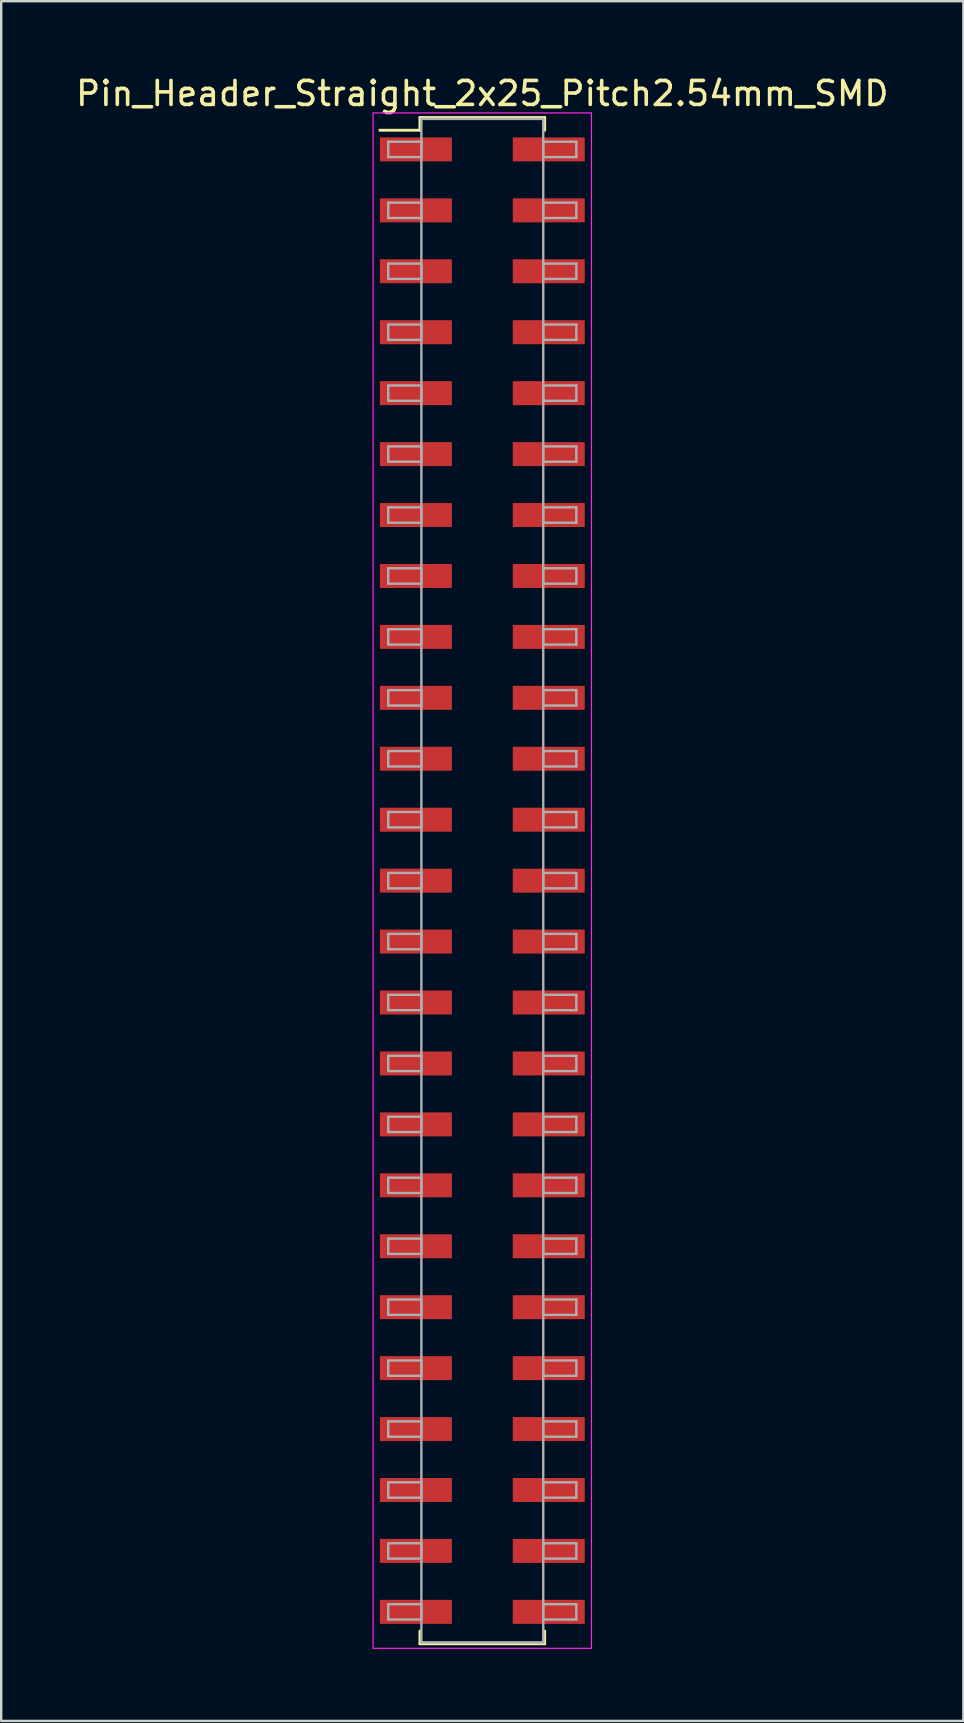
<source format=kicad_pcb>
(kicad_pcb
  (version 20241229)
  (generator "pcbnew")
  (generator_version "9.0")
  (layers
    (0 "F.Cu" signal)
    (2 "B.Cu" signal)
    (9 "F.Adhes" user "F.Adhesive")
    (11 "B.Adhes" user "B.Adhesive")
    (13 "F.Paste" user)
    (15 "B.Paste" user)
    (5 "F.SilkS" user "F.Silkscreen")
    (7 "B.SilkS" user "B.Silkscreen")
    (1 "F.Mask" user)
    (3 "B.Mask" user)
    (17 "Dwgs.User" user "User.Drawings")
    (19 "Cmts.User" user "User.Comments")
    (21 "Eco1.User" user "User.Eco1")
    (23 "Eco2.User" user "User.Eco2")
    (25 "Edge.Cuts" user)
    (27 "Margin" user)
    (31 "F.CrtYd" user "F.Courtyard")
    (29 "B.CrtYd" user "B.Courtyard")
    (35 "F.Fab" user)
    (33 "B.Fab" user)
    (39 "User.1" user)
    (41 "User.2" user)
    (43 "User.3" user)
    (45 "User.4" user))
  (footprint "Pin_Header_Straight_2x25_Pitch2.54mm_SMD"
    (layer "F.Cu")
    (at 17.054 33.658)
    (property "Reference" "Pin_Header_Straight_2x25_Pitch2.54mm_SMD" (at 0 -32.81 0) (layer "F.SilkS") (effects (font (size 1 1) (thickness 0.15))))
    (attr smd)
    (fp_line (start -4.27 -31.28) (end -2.6 -31.28) (stroke (width 0.12) (type solid)) (layer "F.SilkS"))
    (fp_line (start -2.6 -31.81) (end 2.6 -31.81) (stroke (width 0.12) (type solid)) (layer "F.SilkS"))
    (fp_line (start -2.6 -31.28) (end -2.6 -31.81) (stroke (width 0.12) (type solid)) (layer "F.SilkS"))
    (fp_line (start -2.6 31.28) (end -2.6 31.81) (stroke (width 0.12) (type solid)) (layer "F.SilkS"))
    (fp_line (start -2.6 31.81) (end 2.6 31.81) (stroke (width 0.12) (type solid)) (layer "F.SilkS"))
    (fp_line (start 2.6 -31.81) (end 2.6 -31.28) (stroke (width 0.12) (type solid)) (layer "F.SilkS"))
    (fp_line (start 2.6 31.81) (end 2.6 31.28) (stroke (width 0.12) (type solid)) (layer "F.SilkS"))
    (fp_line (start -4.55 -32) (end -4.55 32) (stroke (width 0.05) (type solid)) (layer "F.CrtYd"))
    (fp_line (start -4.55 32) (end 4.55 32) (stroke (width 0.05) (type solid)) (layer "F.CrtYd"))
    (fp_line (start 4.55 -32) (end -4.55 -32) (stroke (width 0.05) (type solid)) (layer "F.CrtYd"))
    (fp_line (start 4.55 32) (end 4.55 -32) (stroke (width 0.05) (type solid)) (layer "F.CrtYd"))
    (fp_line (start -3.92 -30.8) (end -2.54 -30.8) (stroke (width 0.1) (type solid)) (layer "F.Fab"))
    (fp_line (start -3.92 -30.16) (end -3.92 -30.8) (stroke (width 0.1) (type solid)) (layer "F.Fab"))
    (fp_line (start -3.92 -28.26) (end -2.54 -28.26) (stroke (width 0.1) (type solid)) (layer "F.Fab"))
    (fp_line (start -3.92 -27.62) (end -3.92 -28.26) (stroke (width 0.1) (type solid)) (layer "F.Fab"))
    (fp_line (start -3.92 -25.72) (end -2.54 -25.72) (stroke (width 0.1) (type solid)) (layer "F.Fab"))
    (fp_line (start -3.92 -25.08) (end -3.92 -25.72) (stroke (width 0.1) (type solid)) (layer "F.Fab"))
    (fp_line (start -3.92 -23.18) (end -2.54 -23.18) (stroke (width 0.1) (type solid)) (layer "F.Fab"))
    (fp_line (start -3.92 -22.54) (end -3.92 -23.18) (stroke (width 0.1) (type solid)) (layer "F.Fab"))
    (fp_line (start -3.92 -20.64) (end -2.54 -20.64) (stroke (width 0.1) (type solid)) (layer "F.Fab"))
    (fp_line (start -3.92 -20) (end -3.92 -20.64) (stroke (width 0.1) (type solid)) (layer "F.Fab"))
    (fp_line (start -3.92 -18.1) (end -2.54 -18.1) (stroke (width 0.1) (type solid)) (layer "F.Fab"))
    (fp_line (start -3.92 -17.46) (end -3.92 -18.1) (stroke (width 0.1) (type solid)) (layer "F.Fab"))
    (fp_line (start -3.92 -15.56) (end -2.54 -15.56) (stroke (width 0.1) (type solid)) (layer "F.Fab"))
    (fp_line (start -3.92 -14.92) (end -3.92 -15.56) (stroke (width 0.1) (type solid)) (layer "F.Fab"))
    (fp_line (start -3.92 -13.02) (end -2.54 -13.02) (stroke (width 0.1) (type solid)) (layer "F.Fab"))
    (fp_line (start -3.92 -12.38) (end -3.92 -13.02) (stroke (width 0.1) (type solid)) (layer "F.Fab"))
    (fp_line (start -3.92 -10.48) (end -2.54 -10.48) (stroke (width 0.1) (type solid)) (layer "F.Fab"))
    (fp_line (start -3.92 -9.84) (end -3.92 -10.48) (stroke (width 0.1) (type solid)) (layer "F.Fab"))
    (fp_line (start -3.92 -7.94) (end -2.54 -7.94) (stroke (width 0.1) (type solid)) (layer "F.Fab"))
    (fp_line (start -3.92 -7.3) (end -3.92 -7.94) (stroke (width 0.1) (type solid)) (layer "F.Fab"))
    (fp_line (start -3.92 -5.4) (end -2.54 -5.4) (stroke (width 0.1) (type solid)) (layer "F.Fab"))
    (fp_line (start -3.92 -4.76) (end -3.92 -5.4) (stroke (width 0.1) (type solid)) (layer "F.Fab"))
    (fp_line (start -3.92 -2.86) (end -2.54 -2.86) (stroke (width 0.1) (type solid)) (layer "F.Fab"))
    (fp_line (start -3.92 -2.22) (end -3.92 -2.86) (stroke (width 0.1) (type solid)) (layer "F.Fab"))
    (fp_line (start -3.92 -0.32) (end -2.54 -0.32) (stroke (width 0.1) (type solid)) (layer "F.Fab"))
    (fp_line (start -3.92 0.32) (end -3.92 -0.32) (stroke (width 0.1) (type solid)) (layer "F.Fab"))
    (fp_line (start -3.92 2.22) (end -2.54 2.22) (stroke (width 0.1) (type solid)) (layer "F.Fab"))
    (fp_line (start -3.92 2.86) (end -3.92 2.22) (stroke (width 0.1) (type solid)) (layer "F.Fab"))
    (fp_line (start -3.92 4.76) (end -2.54 4.76) (stroke (width 0.1) (type solid)) (layer "F.Fab"))
    (fp_line (start -3.92 5.4) (end -3.92 4.76) (stroke (width 0.1) (type solid)) (layer "F.Fab"))
    (fp_line (start -3.92 7.3) (end -2.54 7.3) (stroke (width 0.1) (type solid)) (layer "F.Fab"))
    (fp_line (start -3.92 7.94) (end -3.92 7.3) (stroke (width 0.1) (type solid)) (layer "F.Fab"))
    (fp_line (start -3.92 9.84) (end -2.54 9.84) (stroke (width 0.1) (type solid)) (layer "F.Fab"))
    (fp_line (start -3.92 10.48) (end -3.92 9.84) (stroke (width 0.1) (type solid)) (layer "F.Fab"))
    (fp_line (start -3.92 12.38) (end -2.54 12.38) (stroke (width 0.1) (type solid)) (layer "F.Fab"))
    (fp_line (start -3.92 13.02) (end -3.92 12.38) (stroke (width 0.1) (type solid)) (layer "F.Fab"))
    (fp_line (start -3.92 14.92) (end -2.54 14.92) (stroke (width 0.1) (type solid)) (layer "F.Fab"))
    (fp_line (start -3.92 15.56) (end -3.92 14.92) (stroke (width 0.1) (type solid)) (layer "F.Fab"))
    (fp_line (start -3.92 17.46) (end -2.54 17.46) (stroke (width 0.1) (type solid)) (layer "F.Fab"))
    (fp_line (start -3.92 18.1) (end -3.92 17.46) (stroke (width 0.1) (type solid)) (layer "F.Fab"))
    (fp_line (start -3.92 20) (end -2.54 20) (stroke (width 0.1) (type solid)) (layer "F.Fab"))
    (fp_line (start -3.92 20.64) (end -3.92 20) (stroke (width 0.1) (type solid)) (layer "F.Fab"))
    (fp_line (start -3.92 22.54) (end -2.54 22.54) (stroke (width 0.1) (type solid)) (layer "F.Fab"))
    (fp_line (start -3.92 23.18) (end -3.92 22.54) (stroke (width 0.1) (type solid)) (layer "F.Fab"))
    (fp_line (start -3.92 25.08) (end -2.54 25.08) (stroke (width 0.1) (type solid)) (layer "F.Fab"))
    (fp_line (start -3.92 25.72) (end -3.92 25.08) (stroke (width 0.1) (type solid)) (layer "F.Fab"))
    (fp_line (start -3.92 27.62) (end -2.54 27.62) (stroke (width 0.1) (type solid)) (layer "F.Fab"))
    (fp_line (start -3.92 28.26) (end -3.92 27.62) (stroke (width 0.1) (type solid)) (layer "F.Fab"))
    (fp_line (start -3.92 30.16) (end -2.54 30.16) (stroke (width 0.1) (type solid)) (layer "F.Fab"))
    (fp_line (start -3.92 30.8) (end -3.92 30.16) (stroke (width 0.1) (type solid)) (layer "F.Fab"))
    (fp_line (start -2.54 -31.75) (end -2.54 31.75) (stroke (width 0.1) (type solid)) (layer "F.Fab"))
    (fp_line (start -2.54 -30.8) (end -2.54 -30.16) (stroke (width 0.1) (type solid)) (layer "F.Fab"))
    (fp_line (start -2.54 -30.16) (end -3.92 -30.16) (stroke (width 0.1) (type solid)) (layer "F.Fab"))
    (fp_line (start -2.54 -28.26) (end -2.54 -27.62) (stroke (width 0.1) (type solid)) (layer "F.Fab"))
    (fp_line (start -2.54 -27.62) (end -3.92 -27.62) (stroke (width 0.1) (type solid)) (layer "F.Fab"))
    (fp_line (start -2.54 -25.72) (end -2.54 -25.08) (stroke (width 0.1) (type solid)) (layer "F.Fab"))
    (fp_line (start -2.54 -25.08) (end -3.92 -25.08) (stroke (width 0.1) (type solid)) (layer "F.Fab"))
    (fp_line (start -2.54 -23.18) (end -2.54 -22.54) (stroke (width 0.1) (type solid)) (layer "F.Fab"))
    (fp_line (start -2.54 -22.54) (end -3.92 -22.54) (stroke (width 0.1) (type solid)) (layer "F.Fab"))
    (fp_line (start -2.54 -20.64) (end -2.54 -20) (stroke (width 0.1) (type solid)) (layer "F.Fab"))
    (fp_line (start -2.54 -20) (end -3.92 -20) (stroke (width 0.1) (type solid)) (layer "F.Fab"))
    (fp_line (start -2.54 -18.1) (end -2.54 -17.46) (stroke (width 0.1) (type solid)) (layer "F.Fab"))
    (fp_line (start -2.54 -17.46) (end -3.92 -17.46) (stroke (width 0.1) (type solid)) (layer "F.Fab"))
    (fp_line (start -2.54 -15.56) (end -2.54 -14.92) (stroke (width 0.1) (type solid)) (layer "F.Fab"))
    (fp_line (start -2.54 -14.92) (end -3.92 -14.92) (stroke (width 0.1) (type solid)) (layer "F.Fab"))
    (fp_line (start -2.54 -13.02) (end -2.54 -12.38) (stroke (width 0.1) (type solid)) (layer "F.Fab"))
    (fp_line (start -2.54 -12.38) (end -3.92 -12.38) (stroke (width 0.1) (type solid)) (layer "F.Fab"))
    (fp_line (start -2.54 -10.48) (end -2.54 -9.84) (stroke (width 0.1) (type solid)) (layer "F.Fab"))
    (fp_line (start -2.54 -9.84) (end -3.92 -9.84) (stroke (width 0.1) (type solid)) (layer "F.Fab"))
    (fp_line (start -2.54 -7.94) (end -2.54 -7.3) (stroke (width 0.1) (type solid)) (layer "F.Fab"))
    (fp_line (start -2.54 -7.3) (end -3.92 -7.3) (stroke (width 0.1) (type solid)) (layer "F.Fab"))
    (fp_line (start -2.54 -5.4) (end -2.54 -4.76) (stroke (width 0.1) (type solid)) (layer "F.Fab"))
    (fp_line (start -2.54 -4.76) (end -3.92 -4.76) (stroke (width 0.1) (type solid)) (layer "F.Fab"))
    (fp_line (start -2.54 -2.86) (end -2.54 -2.22) (stroke (width 0.1) (type solid)) (layer "F.Fab"))
    (fp_line (start -2.54 -2.22) (end -3.92 -2.22) (stroke (width 0.1) (type solid)) (layer "F.Fab"))
    (fp_line (start -2.54 -0.32) (end -2.54 0.32) (stroke (width 0.1) (type solid)) (layer "F.Fab"))
    (fp_line (start -2.54 0.32) (end -3.92 0.32) (stroke (width 0.1) (type solid)) (layer "F.Fab"))
    (fp_line (start -2.54 2.22) (end -2.54 2.86) (stroke (width 0.1) (type solid)) (layer "F.Fab"))
    (fp_line (start -2.54 2.86) (end -3.92 2.86) (stroke (width 0.1) (type solid)) (layer "F.Fab"))
    (fp_line (start -2.54 4.76) (end -2.54 5.4) (stroke (width 0.1) (type solid)) (layer "F.Fab"))
    (fp_line (start -2.54 5.4) (end -3.92 5.4) (stroke (width 0.1) (type solid)) (layer "F.Fab"))
    (fp_line (start -2.54 7.3) (end -2.54 7.94) (stroke (width 0.1) (type solid)) (layer "F.Fab"))
    (fp_line (start -2.54 7.94) (end -3.92 7.94) (stroke (width 0.1) (type solid)) (layer "F.Fab"))
    (fp_line (start -2.54 9.84) (end -2.54 10.48) (stroke (width 0.1) (type solid)) (layer "F.Fab"))
    (fp_line (start -2.54 10.48) (end -3.92 10.48) (stroke (width 0.1) (type solid)) (layer "F.Fab"))
    (fp_line (start -2.54 12.38) (end -2.54 13.02) (stroke (width 0.1) (type solid)) (layer "F.Fab"))
    (fp_line (start -2.54 13.02) (end -3.92 13.02) (stroke (width 0.1) (type solid)) (layer "F.Fab"))
    (fp_line (start -2.54 14.92) (end -2.54 15.56) (stroke (width 0.1) (type solid)) (layer "F.Fab"))
    (fp_line (start -2.54 15.56) (end -3.92 15.56) (stroke (width 0.1) (type solid)) (layer "F.Fab"))
    (fp_line (start -2.54 17.46) (end -2.54 18.1) (stroke (width 0.1) (type solid)) (layer "F.Fab"))
    (fp_line (start -2.54 18.1) (end -3.92 18.1) (stroke (width 0.1) (type solid)) (layer "F.Fab"))
    (fp_line (start -2.54 20) (end -2.54 20.64) (stroke (width 0.1) (type solid)) (layer "F.Fab"))
    (fp_line (start -2.54 20.64) (end -3.92 20.64) (stroke (width 0.1) (type solid)) (layer "F.Fab"))
    (fp_line (start -2.54 22.54) (end -2.54 23.18) (stroke (width 0.1) (type solid)) (layer "F.Fab"))
    (fp_line (start -2.54 23.18) (end -3.92 23.18) (stroke (width 0.1) (type solid)) (layer "F.Fab"))
    (fp_line (start -2.54 25.08) (end -2.54 25.72) (stroke (width 0.1) (type solid)) (layer "F.Fab"))
    (fp_line (start -2.54 25.72) (end -3.92 25.72) (stroke (width 0.1) (type solid)) (layer "F.Fab"))
    (fp_line (start -2.54 27.62) (end -2.54 28.26) (stroke (width 0.1) (type solid)) (layer "F.Fab"))
    (fp_line (start -2.54 28.26) (end -3.92 28.26) (stroke (width 0.1) (type solid)) (layer "F.Fab"))
    (fp_line (start -2.54 30.16) (end -2.54 30.8) (stroke (width 0.1) (type solid)) (layer "F.Fab"))
    (fp_line (start -2.54 30.8) (end -3.92 30.8) (stroke (width 0.1) (type solid)) (layer "F.Fab"))
    (fp_line (start -2.54 31.75) (end 2.54 31.75) (stroke (width 0.1) (type solid)) (layer "F.Fab"))
    (fp_line (start 2.54 -31.75) (end -2.54 -31.75) (stroke (width 0.1) (type solid)) (layer "F.Fab"))
    (fp_line (start 2.54 -30.8) (end 2.54 -30.16) (stroke (width 0.1) (type solid)) (layer "F.Fab"))
    (fp_line (start 2.54 -30.16) (end 3.92 -30.16) (stroke (width 0.1) (type solid)) (layer "F.Fab"))
    (fp_line (start 2.54 -28.26) (end 2.54 -27.62) (stroke (width 0.1) (type solid)) (layer "F.Fab"))
    (fp_line (start 2.54 -27.62) (end 3.92 -27.62) (stroke (width 0.1) (type solid)) (layer "F.Fab"))
    (fp_line (start 2.54 -25.72) (end 2.54 -25.08) (stroke (width 0.1) (type solid)) (layer "F.Fab"))
    (fp_line (start 2.54 -25.08) (end 3.92 -25.08) (stroke (width 0.1) (type solid)) (layer "F.Fab"))
    (fp_line (start 2.54 -23.18) (end 2.54 -22.54) (stroke (width 0.1) (type solid)) (layer "F.Fab"))
    (fp_line (start 2.54 -22.54) (end 3.92 -22.54) (stroke (width 0.1) (type solid)) (layer "F.Fab"))
    (fp_line (start 2.54 -20.64) (end 2.54 -20) (stroke (width 0.1) (type solid)) (layer "F.Fab"))
    (fp_line (start 2.54 -20) (end 3.92 -20) (stroke (width 0.1) (type solid)) (layer "F.Fab"))
    (fp_line (start 2.54 -18.1) (end 2.54 -17.46) (stroke (width 0.1) (type solid)) (layer "F.Fab"))
    (fp_line (start 2.54 -17.46) (end 3.92 -17.46) (stroke (width 0.1) (type solid)) (layer "F.Fab"))
    (fp_line (start 2.54 -15.56) (end 2.54 -14.92) (stroke (width 0.1) (type solid)) (layer "F.Fab"))
    (fp_line (start 2.54 -14.92) (end 3.92 -14.92) (stroke (width 0.1) (type solid)) (layer "F.Fab"))
    (fp_line (start 2.54 -13.02) (end 2.54 -12.38) (stroke (width 0.1) (type solid)) (layer "F.Fab"))
    (fp_line (start 2.54 -12.38) (end 3.92 -12.38) (stroke (width 0.1) (type solid)) (layer "F.Fab"))
    (fp_line (start 2.54 -10.48) (end 2.54 -9.84) (stroke (width 0.1) (type solid)) (layer "F.Fab"))
    (fp_line (start 2.54 -9.84) (end 3.92 -9.84) (stroke (width 0.1) (type solid)) (layer "F.Fab"))
    (fp_line (start 2.54 -7.94) (end 2.54 -7.3) (stroke (width 0.1) (type solid)) (layer "F.Fab"))
    (fp_line (start 2.54 -7.3) (end 3.92 -7.3) (stroke (width 0.1) (type solid)) (layer "F.Fab"))
    (fp_line (start 2.54 -5.4) (end 2.54 -4.76) (stroke (width 0.1) (type solid)) (layer "F.Fab"))
    (fp_line (start 2.54 -4.76) (end 3.92 -4.76) (stroke (width 0.1) (type solid)) (layer "F.Fab"))
    (fp_line (start 2.54 -2.86) (end 2.54 -2.22) (stroke (width 0.1) (type solid)) (layer "F.Fab"))
    (fp_line (start 2.54 -2.22) (end 3.92 -2.22) (stroke (width 0.1) (type solid)) (layer "F.Fab"))
    (fp_line (start 2.54 -0.32) (end 2.54 0.32) (stroke (width 0.1) (type solid)) (layer "F.Fab"))
    (fp_line (start 2.54 0.32) (end 3.92 0.32) (stroke (width 0.1) (type solid)) (layer "F.Fab"))
    (fp_line (start 2.54 2.22) (end 2.54 2.86) (stroke (width 0.1) (type solid)) (layer "F.Fab"))
    (fp_line (start 2.54 2.86) (end 3.92 2.86) (stroke (width 0.1) (type solid)) (layer "F.Fab"))
    (fp_line (start 2.54 4.76) (end 2.54 5.4) (stroke (width 0.1) (type solid)) (layer "F.Fab"))
    (fp_line (start 2.54 5.4) (end 3.92 5.4) (stroke (width 0.1) (type solid)) (layer "F.Fab"))
    (fp_line (start 2.54 7.3) (end 2.54 7.94) (stroke (width 0.1) (type solid)) (layer "F.Fab"))
    (fp_line (start 2.54 7.94) (end 3.92 7.94) (stroke (width 0.1) (type solid)) (layer "F.Fab"))
    (fp_line (start 2.54 9.84) (end 2.54 10.48) (stroke (width 0.1) (type solid)) (layer "F.Fab"))
    (fp_line (start 2.54 10.48) (end 3.92 10.48) (stroke (width 0.1) (type solid)) (layer "F.Fab"))
    (fp_line (start 2.54 12.38) (end 2.54 13.02) (stroke (width 0.1) (type solid)) (layer "F.Fab"))
    (fp_line (start 2.54 13.02) (end 3.92 13.02) (stroke (width 0.1) (type solid)) (layer "F.Fab"))
    (fp_line (start 2.54 14.92) (end 2.54 15.56) (stroke (width 0.1) (type solid)) (layer "F.Fab"))
    (fp_line (start 2.54 15.56) (end 3.92 15.56) (stroke (width 0.1) (type solid)) (layer "F.Fab"))
    (fp_line (start 2.54 17.46) (end 2.54 18.1) (stroke (width 0.1) (type solid)) (layer "F.Fab"))
    (fp_line (start 2.54 18.1) (end 3.92 18.1) (stroke (width 0.1) (type solid)) (layer "F.Fab"))
    (fp_line (start 2.54 20) (end 2.54 20.64) (stroke (width 0.1) (type solid)) (layer "F.Fab"))
    (fp_line (start 2.54 20.64) (end 3.92 20.64) (stroke (width 0.1) (type solid)) (layer "F.Fab"))
    (fp_line (start 2.54 22.54) (end 2.54 23.18) (stroke (width 0.1) (type solid)) (layer "F.Fab"))
    (fp_line (start 2.54 23.18) (end 3.92 23.18) (stroke (width 0.1) (type solid)) (layer "F.Fab"))
    (fp_line (start 2.54 25.08) (end 2.54 25.72) (stroke (width 0.1) (type solid)) (layer "F.Fab"))
    (fp_line (start 2.54 25.72) (end 3.92 25.72) (stroke (width 0.1) (type solid)) (layer "F.Fab"))
    (fp_line (start 2.54 27.62) (end 2.54 28.26) (stroke (width 0.1) (type solid)) (layer "F.Fab"))
    (fp_line (start 2.54 28.26) (end 3.92 28.26) (stroke (width 0.1) (type solid)) (layer "F.Fab"))
    (fp_line (start 2.54 30.16) (end 2.54 30.8) (stroke (width 0.1) (type solid)) (layer "F.Fab"))
    (fp_line (start 2.54 30.8) (end 3.92 30.8) (stroke (width 0.1) (type solid)) (layer "F.Fab"))
    (fp_line (start 2.54 31.75) (end 2.54 -31.75) (stroke (width 0.1) (type solid)) (layer "F.Fab"))
    (fp_line (start 3.92 -30.8) (end 2.54 -30.8) (stroke (width 0.1) (type solid)) (layer "F.Fab"))
    (fp_line (start 3.92 -30.16) (end 3.92 -30.8) (stroke (width 0.1) (type solid)) (layer "F.Fab"))
    (fp_line (start 3.92 -28.26) (end 2.54 -28.26) (stroke (width 0.1) (type solid)) (layer "F.Fab"))
    (fp_line (start 3.92 -27.62) (end 3.92 -28.26) (stroke (width 0.1) (type solid)) (layer "F.Fab"))
    (fp_line (start 3.92 -25.72) (end 2.54 -25.72) (stroke (width 0.1) (type solid)) (layer "F.Fab"))
    (fp_line (start 3.92 -25.08) (end 3.92 -25.72) (stroke (width 0.1) (type solid)) (layer "F.Fab"))
    (fp_line (start 3.92 -23.18) (end 2.54 -23.18) (stroke (width 0.1) (type solid)) (layer "F.Fab"))
    (fp_line (start 3.92 -22.54) (end 3.92 -23.18) (stroke (width 0.1) (type solid)) (layer "F.Fab"))
    (fp_line (start 3.92 -20.64) (end 2.54 -20.64) (stroke (width 0.1) (type solid)) (layer "F.Fab"))
    (fp_line (start 3.92 -20) (end 3.92 -20.64) (stroke (width 0.1) (type solid)) (layer "F.Fab"))
    (fp_line (start 3.92 -18.1) (end 2.54 -18.1) (stroke (width 0.1) (type solid)) (layer "F.Fab"))
    (fp_line (start 3.92 -17.46) (end 3.92 -18.1) (stroke (width 0.1) (type solid)) (layer "F.Fab"))
    (fp_line (start 3.92 -15.56) (end 2.54 -15.56) (stroke (width 0.1) (type solid)) (layer "F.Fab"))
    (fp_line (start 3.92 -14.92) (end 3.92 -15.56) (stroke (width 0.1) (type solid)) (layer "F.Fab"))
    (fp_line (start 3.92 -13.02) (end 2.54 -13.02) (stroke (width 0.1) (type solid)) (layer "F.Fab"))
    (fp_line (start 3.92 -12.38) (end 3.92 -13.02) (stroke (width 0.1) (type solid)) (layer "F.Fab"))
    (fp_line (start 3.92 -10.48) (end 2.54 -10.48) (stroke (width 0.1) (type solid)) (layer "F.Fab"))
    (fp_line (start 3.92 -9.84) (end 3.92 -10.48) (stroke (width 0.1) (type solid)) (layer "F.Fab"))
    (fp_line (start 3.92 -7.94) (end 2.54 -7.94) (stroke (width 0.1) (type solid)) (layer "F.Fab"))
    (fp_line (start 3.92 -7.3) (end 3.92 -7.94) (stroke (width 0.1) (type solid)) (layer "F.Fab"))
    (fp_line (start 3.92 -5.4) (end 2.54 -5.4) (stroke (width 0.1) (type solid)) (layer "F.Fab"))
    (fp_line (start 3.92 -4.76) (end 3.92 -5.4) (stroke (width 0.1) (type solid)) (layer "F.Fab"))
    (fp_line (start 3.92 -2.86) (end 2.54 -2.86) (stroke (width 0.1) (type solid)) (layer "F.Fab"))
    (fp_line (start 3.92 -2.22) (end 3.92 -2.86) (stroke (width 0.1) (type solid)) (layer "F.Fab"))
    (fp_line (start 3.92 -0.32) (end 2.54 -0.32) (stroke (width 0.1) (type solid)) (layer "F.Fab"))
    (fp_line (start 3.92 0.32) (end 3.92 -0.32) (stroke (width 0.1) (type solid)) (layer "F.Fab"))
    (fp_line (start 3.92 2.22) (end 2.54 2.22) (stroke (width 0.1) (type solid)) (layer "F.Fab"))
    (fp_line (start 3.92 2.86) (end 3.92 2.22) (stroke (width 0.1) (type solid)) (layer "F.Fab"))
    (fp_line (start 3.92 4.76) (end 2.54 4.76) (stroke (width 0.1) (type solid)) (layer "F.Fab"))
    (fp_line (start 3.92 5.4) (end 3.92 4.76) (stroke (width 0.1) (type solid)) (layer "F.Fab"))
    (fp_line (start 3.92 7.3) (end 2.54 7.3) (stroke (width 0.1) (type solid)) (layer "F.Fab"))
    (fp_line (start 3.92 7.94) (end 3.92 7.3) (stroke (width 0.1) (type solid)) (layer "F.Fab"))
    (fp_line (start 3.92 9.84) (end 2.54 9.84) (stroke (width 0.1) (type solid)) (layer "F.Fab"))
    (fp_line (start 3.92 10.48) (end 3.92 9.84) (stroke (width 0.1) (type solid)) (layer "F.Fab"))
    (fp_line (start 3.92 12.38) (end 2.54 12.38) (stroke (width 0.1) (type solid)) (layer "F.Fab"))
    (fp_line (start 3.92 13.02) (end 3.92 12.38) (stroke (width 0.1) (type solid)) (layer "F.Fab"))
    (fp_line (start 3.92 14.92) (end 2.54 14.92) (stroke (width 0.1) (type solid)) (layer "F.Fab"))
    (fp_line (start 3.92 15.56) (end 3.92 14.92) (stroke (width 0.1) (type solid)) (layer "F.Fab"))
    (fp_line (start 3.92 17.46) (end 2.54 17.46) (stroke (width 0.1) (type solid)) (layer "F.Fab"))
    (fp_line (start 3.92 18.1) (end 3.92 17.46) (stroke (width 0.1) (type solid)) (layer "F.Fab"))
    (fp_line (start 3.92 20) (end 2.54 20) (stroke (width 0.1) (type solid)) (layer "F.Fab"))
    (fp_line (start 3.92 20.64) (end 3.92 20) (stroke (width 0.1) (type solid)) (layer "F.Fab"))
    (fp_line (start 3.92 22.54) (end 2.54 22.54) (stroke (width 0.1) (type solid)) (layer "F.Fab"))
    (fp_line (start 3.92 23.18) (end 3.92 22.54) (stroke (width 0.1) (type solid)) (layer "F.Fab"))
    (fp_line (start 3.92 25.08) (end 2.54 25.08) (stroke (width 0.1) (type solid)) (layer "F.Fab"))
    (fp_line (start 3.92 25.72) (end 3.92 25.08) (stroke (width 0.1) (type solid)) (layer "F.Fab"))
    (fp_line (start 3.92 27.62) (end 2.54 27.62) (stroke (width 0.1) (type solid)) (layer "F.Fab"))
    (fp_line (start 3.92 28.26) (end 3.92 27.62) (stroke (width 0.1) (type solid)) (layer "F.Fab"))
    (fp_line (start 3.92 30.16) (end 2.54 30.16) (stroke (width 0.1) (type solid)) (layer "F.Fab"))
    (fp_line (start 3.92 30.8) (end 3.92 30.16) (stroke (width 0.1) (type solid)) (layer "F.Fab"))
    (pad "1" smd rect (at -2.77 -30.48) (size 3 1) (layers "F.Cu" "F.Mask"))
    (pad "2" smd rect (at 2.77 -30.48) (size 3 1) (layers "F.Cu" "F.Mask"))
    (pad "3" smd rect (at -2.77 -27.94) (size 3 1) (layers "F.Cu" "F.Mask"))
    (pad "4" smd rect (at 2.77 -27.94) (size 3 1) (layers "F.Cu" "F.Mask"))
    (pad "5" smd rect (at -2.77 -25.4) (size 3 1) (layers "F.Cu" "F.Mask"))
    (pad "6" smd rect (at 2.77 -25.4) (size 3 1) (layers "F.Cu" "F.Mask"))
    (pad "7" smd rect (at -2.77 -22.86) (size 3 1) (layers "F.Cu" "F.Mask"))
    (pad "8" smd rect (at 2.77 -22.86) (size 3 1) (layers "F.Cu" "F.Mask"))
    (pad "9" smd rect (at -2.77 -20.32) (size 3 1) (layers "F.Cu" "F.Mask"))
    (pad "10" smd rect (at 2.77 -20.32) (size 3 1) (layers "F.Cu" "F.Mask"))
    (pad "11" smd rect (at -2.77 -17.78) (size 3 1) (layers "F.Cu" "F.Mask"))
    (pad "12" smd rect (at 2.77 -17.78) (size 3 1) (layers "F.Cu" "F.Mask"))
    (pad "13" smd rect (at -2.77 -15.24) (size 3 1) (layers "F.Cu" "F.Mask"))
    (pad "14" smd rect (at 2.77 -15.24) (size 3 1) (layers "F.Cu" "F.Mask"))
    (pad "15" smd rect (at -2.77 -12.7) (size 3 1) (layers "F.Cu" "F.Mask"))
    (pad "16" smd rect (at 2.77 -12.7) (size 3 1) (layers "F.Cu" "F.Mask"))
    (pad "17" smd rect (at -2.77 -10.16) (size 3 1) (layers "F.Cu" "F.Mask"))
    (pad "18" smd rect (at 2.77 -10.16) (size 3 1) (layers "F.Cu" "F.Mask"))
    (pad "19" smd rect (at -2.77 -7.62) (size 3 1) (layers "F.Cu" "F.Mask"))
    (pad "20" smd rect (at 2.77 -7.62) (size 3 1) (layers "F.Cu" "F.Mask"))
    (pad "21" smd rect (at -2.77 -5.08) (size 3 1) (layers "F.Cu" "F.Mask"))
    (pad "22" smd rect (at 2.77 -5.08) (size 3 1) (layers "F.Cu" "F.Mask"))
    (pad "23" smd rect (at -2.77 -2.54) (size 3 1) (layers "F.Cu" "F.Mask"))
    (pad "24" smd rect (at 2.77 -2.54) (size 3 1) (layers "F.Cu" "F.Mask"))
    (pad "25" smd rect (at -2.77 0) (size 3 1) (layers "F.Cu" "F.Mask"))
    (pad "26" smd rect (at 2.77 0) (size 3 1) (layers "F.Cu" "F.Mask"))
    (pad "27" smd rect (at -2.77 2.54) (size 3 1) (layers "F.Cu" "F.Mask"))
    (pad "28" smd rect (at 2.77 2.54) (size 3 1) (layers "F.Cu" "F.Mask"))
    (pad "29" smd rect (at -2.77 5.08) (size 3 1) (layers "F.Cu" "F.Mask"))
    (pad "30" smd rect (at 2.77 5.08) (size 3 1) (layers "F.Cu" "F.Mask"))
    (pad "31" smd rect (at -2.77 7.62) (size 3 1) (layers "F.Cu" "F.Mask"))
    (pad "32" smd rect (at 2.77 7.62) (size 3 1) (layers "F.Cu" "F.Mask"))
    (pad "33" smd rect (at -2.77 10.16) (size 3 1) (layers "F.Cu" "F.Mask"))
    (pad "34" smd rect (at 2.77 10.16) (size 3 1) (layers "F.Cu" "F.Mask"))
    (pad "35" smd rect (at -2.77 12.7) (size 3 1) (layers "F.Cu" "F.Mask"))
    (pad "36" smd rect (at 2.77 12.7) (size 3 1) (layers "F.Cu" "F.Mask"))
    (pad "37" smd rect (at -2.77 15.24) (size 3 1) (layers "F.Cu" "F.Mask"))
    (pad "38" smd rect (at 2.77 15.24) (size 3 1) (layers "F.Cu" "F.Mask"))
    (pad "39" smd rect (at -2.77 17.78) (size 3 1) (layers "F.Cu" "F.Mask"))
    (pad "40" smd rect (at 2.77 17.78) (size 3 1) (layers "F.Cu" "F.Mask"))
    (pad "41" smd rect (at -2.77 20.32) (size 3 1) (layers "F.Cu" "F.Mask"))
    (pad "42" smd rect (at 2.77 20.32) (size 3 1) (layers "F.Cu" "F.Mask"))
    (pad "43" smd rect (at -2.77 22.86) (size 3 1) (layers "F.Cu" "F.Mask"))
    (pad "44" smd rect (at 2.77 22.86) (size 3 1) (layers "F.Cu" "F.Mask"))
    (pad "45" smd rect (at -2.77 25.4) (size 3 1) (layers "F.Cu" "F.Mask"))
    (pad "46" smd rect (at 2.77 25.4) (size 3 1) (layers "F.Cu" "F.Mask"))
    (pad "47" smd rect (at -2.77 27.94) (size 3 1) (layers "F.Cu" "F.Mask"))
    (pad "48" smd rect (at 2.77 27.94) (size 3 1) (layers "F.Cu" "F.Mask"))
    (pad "49" smd rect (at -2.77 30.48) (size 3 1) (layers "F.Cu" "F.Mask"))
    (pad "50" smd rect (at 2.77 30.48) (size 3 1) (layers "F.Cu" "F.Mask")))
  (gr_rect
    (start -3 -3)
    (end 37.107 68.683)
    (stroke (width 0.1) (type default))
    (fill no)
    (layer "Edge.Cuts")))
</source>
